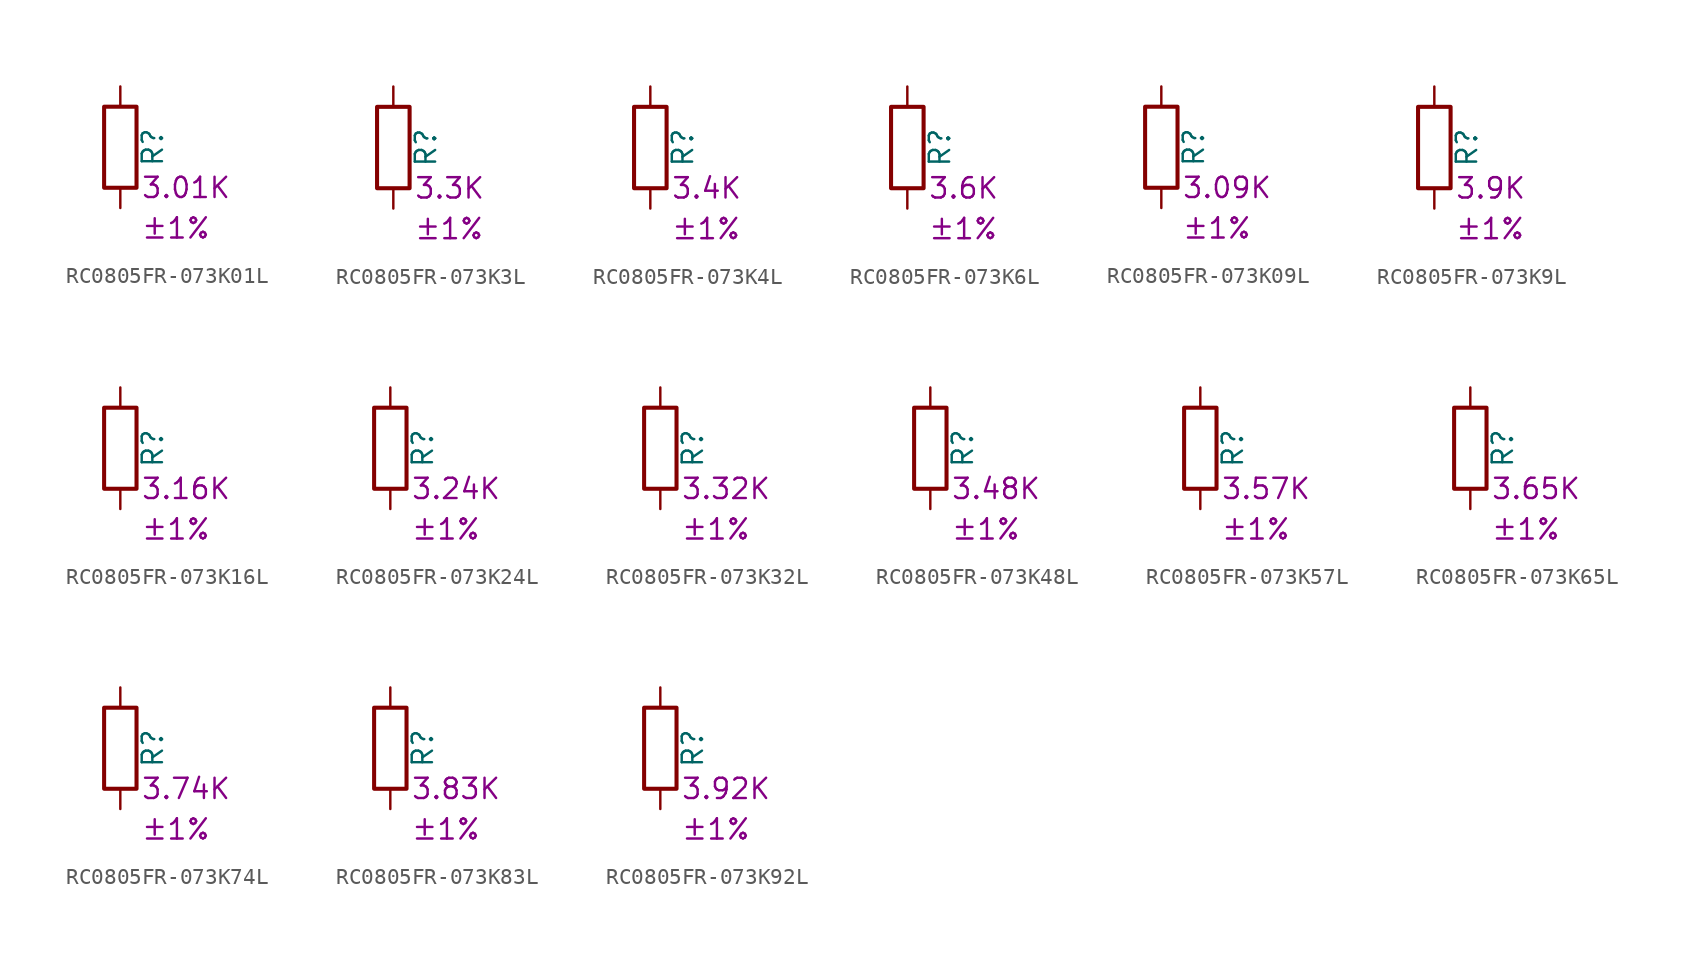
<source format=kicad_sym>
(kicad_symbol_lib
  (version 20220914)
  (generator kicad_symbol_editor)
  (symbol "RC0805FR-073K01L"
    (pin_numbers hide)
    (pin_names
      (offset 0))
    (property "Reference" "R"
      (at 2.032 0 90)
      (effects (font (size 1.27 1.27))))
    (property "Resistance" "3.01K"
      (at 1.27 -2.54 0)
      (effects (font (size 1.27 1.27)) (justify left)))
    (property "Tolerance" "±1%"
      (at 1.27 -5.08 0)
      (effects (font (size 1.27 1.27)) (justify left)))
    (symbol "RC0805FR-073K01L_0_1"
      (rectangle (start -1.016 -2.54) (end 1.016 2.54) (stroke (width 0.254) (type default)) (fill (type none))))
    (symbol "RC0805FR-073K01L_1_1"
      (pin passive line (at 0 3.81 270) (length 1.27) (name "~" (effects (font (size 1.27 1.27)))) (number "1" (effects (font (size 1.27 1.27)))))
      (pin passive line (at 0 -3.81 90) (length 1.27) (name "~" (effects (font (size 1.27 1.27)))) (number "2" (effects (font (size 1.27 1.27)))))))
  (symbol "RC0805FR-073K3L"
    (pin_numbers hide)
    (pin_names
      (offset 0))
    (property "Reference" "R"
      (at 2.032 0 90)
      (effects (font (size 1.27 1.27))))
    (property "Resistance" "3.3K"
      (at 1.27 -2.54 0)
      (effects (font (size 1.27 1.27)) (justify left)))
    (property "Tolerance" "±1%"
      (at 1.27 -5.08 0)
      (effects (font (size 1.27 1.27)) (justify left)))
    (symbol "RC0805FR-073K3L_0_1"
      (rectangle (start -1.016 -2.54) (end 1.016 2.54) (stroke (width 0.254) (type default)) (fill (type none))))
    (symbol "RC0805FR-073K3L_1_1"
      (pin passive line (at 0 3.81 270) (length 1.27) (name "~" (effects (font (size 1.27 1.27)))) (number "1" (effects (font (size 1.27 1.27)))))
      (pin passive line (at 0 -3.81 90) (length 1.27) (name "~" (effects (font (size 1.27 1.27)))) (number "2" (effects (font (size 1.27 1.27)))))))
  (symbol "RC0805FR-073K4L"
    (pin_numbers hide)
    (pin_names
      (offset 0))
    (property "Reference" "R"
      (at 2.032 0 90)
      (effects (font (size 1.27 1.27))))
    (property "Resistance" "3.4K"
      (at 1.27 -2.54 0)
      (effects (font (size 1.27 1.27)) (justify left)))
    (property "Tolerance" "±1%"
      (at 1.27 -5.08 0)
      (effects (font (size 1.27 1.27)) (justify left)))
    (symbol "RC0805FR-073K4L_0_1"
      (rectangle (start -1.016 -2.54) (end 1.016 2.54) (stroke (width 0.254) (type default)) (fill (type none))))
    (symbol "RC0805FR-073K4L_1_1"
      (pin passive line (at 0 3.81 270) (length 1.27) (name "~" (effects (font (size 1.27 1.27)))) (number "1" (effects (font (size 1.27 1.27)))))
      (pin passive line (at 0 -3.81 90) (length 1.27) (name "~" (effects (font (size 1.27 1.27)))) (number "2" (effects (font (size 1.27 1.27)))))))
  (symbol "RC0805FR-073K6L"
    (pin_numbers hide)
    (pin_names
      (offset 0))
    (property "Reference" "R"
      (at 2.032 0 90)
      (effects (font (size 1.27 1.27))))
    (property "Resistance" "3.6K"
      (at 1.27 -2.54 0)
      (effects (font (size 1.27 1.27)) (justify left)))
    (property "Tolerance" "±1%"
      (at 1.27 -5.08 0)
      (effects (font (size 1.27 1.27)) (justify left)))
    (symbol "RC0805FR-073K6L_0_1"
      (rectangle (start -1.016 -2.54) (end 1.016 2.54) (stroke (width 0.254) (type default)) (fill (type none))))
    (symbol "RC0805FR-073K6L_1_1"
      (pin passive line (at 0 3.81 270) (length 1.27) (name "~" (effects (font (size 1.27 1.27)))) (number "1" (effects (font (size 1.27 1.27)))))
      (pin passive line (at 0 -3.81 90) (length 1.27) (name "~" (effects (font (size 1.27 1.27)))) (number "2" (effects (font (size 1.27 1.27)))))))
  (symbol "RC0805FR-073K09L"
    (pin_numbers hide)
    (pin_names
      (offset 0))
    (property "Reference" "R"
      (at 2.032 0 90)
      (effects (font (size 1.27 1.27))))
    (property "Resistance" "3.09K"
      (at 1.27 -2.54 0)
      (effects (font (size 1.27 1.27)) (justify left)))
    (property "Tolerance" "±1%"
      (at 1.27 -5.08 0)
      (effects (font (size 1.27 1.27)) (justify left)))
    (symbol "RC0805FR-073K09L_0_1"
      (rectangle (start -1.016 -2.54) (end 1.016 2.54) (stroke (width 0.254) (type default)) (fill (type none))))
    (symbol "RC0805FR-073K09L_1_1"
      (pin passive line (at 0 3.81 270) (length 1.27) (name "~" (effects (font (size 1.27 1.27)))) (number "1" (effects (font (size 1.27 1.27)))))
      (pin passive line (at 0 -3.81 90) (length 1.27) (name "~" (effects (font (size 1.27 1.27)))) (number "2" (effects (font (size 1.27 1.27)))))))
  (symbol "RC0805FR-073K9L"
    (pin_numbers hide)
    (pin_names
      (offset 0))
    (property "Reference" "R"
      (at 2.032 0 90)
      (effects (font (size 1.27 1.27))))
    (property "Resistance" "3.9K"
      (at 1.27 -2.54 0)
      (effects (font (size 1.27 1.27)) (justify left)))
    (property "Tolerance" "±1%"
      (at 1.27 -5.08 0)
      (effects (font (size 1.27 1.27)) (justify left)))
    (symbol "RC0805FR-073K9L_0_1"
      (rectangle (start -1.016 -2.54) (end 1.016 2.54) (stroke (width 0.254) (type default)) (fill (type none))))
    (symbol "RC0805FR-073K9L_1_1"
      (pin passive line (at 0 3.81 270) (length 1.27) (name "~" (effects (font (size 1.27 1.27)))) (number "1" (effects (font (size 1.27 1.27)))))
      (pin passive line (at 0 -3.81 90) (length 1.27) (name "~" (effects (font (size 1.27 1.27)))) (number "2" (effects (font (size 1.27 1.27)))))))
  (symbol "RC0805FR-073K16L"
    (pin_numbers hide)
    (pin_names
      (offset 0))
    (property "Reference" "R"
      (at 2.032 0 90)
      (effects (font (size 1.27 1.27))))
    (property "Resistance" "3.16K"
      (at 1.27 -2.54 0)
      (effects (font (size 1.27 1.27)) (justify left)))
    (property "Tolerance" "±1%"
      (at 1.27 -5.08 0)
      (effects (font (size 1.27 1.27)) (justify left)))
    (symbol "RC0805FR-073K16L_0_1"
      (rectangle (start -1.016 -2.54) (end 1.016 2.54) (stroke (width 0.254) (type default)) (fill (type none))))
    (symbol "RC0805FR-073K16L_1_1"
      (pin passive line (at 0 3.81 270) (length 1.27) (name "~" (effects (font (size 1.27 1.27)))) (number "1" (effects (font (size 1.27 1.27)))))
      (pin passive line (at 0 -3.81 90) (length 1.27) (name "~" (effects (font (size 1.27 1.27)))) (number "2" (effects (font (size 1.27 1.27)))))))
  (symbol "RC0805FR-073K24L"
    (pin_numbers hide)
    (pin_names
      (offset 0))
    (property "Reference" "R"
      (at 2.032 0 90)
      (effects (font (size 1.27 1.27))))
    (property "Resistance" "3.24K"
      (at 1.27 -2.54 0)
      (effects (font (size 1.27 1.27)) (justify left)))
    (property "Tolerance" "±1%"
      (at 1.27 -5.08 0)
      (effects (font (size 1.27 1.27)) (justify left)))
    (symbol "RC0805FR-073K24L_0_1"
      (rectangle (start -1.016 -2.54) (end 1.016 2.54) (stroke (width 0.254) (type default)) (fill (type none))))
    (symbol "RC0805FR-073K24L_1_1"
      (pin passive line (at 0 3.81 270) (length 1.27) (name "~" (effects (font (size 1.27 1.27)))) (number "1" (effects (font (size 1.27 1.27)))))
      (pin passive line (at 0 -3.81 90) (length 1.27) (name "~" (effects (font (size 1.27 1.27)))) (number "2" (effects (font (size 1.27 1.27)))))))
  (symbol "RC0805FR-073K32L"
    (pin_numbers hide)
    (pin_names
      (offset 0))
    (property "Reference" "R"
      (at 2.032 0 90)
      (effects (font (size 1.27 1.27))))
    (property "Resistance" "3.32K"
      (at 1.27 -2.54 0)
      (effects (font (size 1.27 1.27)) (justify left)))
    (property "Tolerance" "±1%"
      (at 1.27 -5.08 0)
      (effects (font (size 1.27 1.27)) (justify left)))
    (symbol "RC0805FR-073K32L_0_1"
      (rectangle (start -1.016 -2.54) (end 1.016 2.54) (stroke (width 0.254) (type default)) (fill (type none))))
    (symbol "RC0805FR-073K32L_1_1"
      (pin passive line (at 0 3.81 270) (length 1.27) (name "~" (effects (font (size 1.27 1.27)))) (number "1" (effects (font (size 1.27 1.27)))))
      (pin passive line (at 0 -3.81 90) (length 1.27) (name "~" (effects (font (size 1.27 1.27)))) (number "2" (effects (font (size 1.27 1.27)))))))
  (symbol "RC0805FR-073K48L"
    (pin_numbers hide)
    (pin_names
      (offset 0))
    (property "Reference" "R"
      (at 2.032 0 90)
      (effects (font (size 1.27 1.27))))
    (property "Resistance" "3.48K"
      (at 1.27 -2.54 0)
      (effects (font (size 1.27 1.27)) (justify left)))
    (property "Tolerance" "±1%"
      (at 1.27 -5.08 0)
      (effects (font (size 1.27 1.27)) (justify left)))
    (symbol "RC0805FR-073K48L_0_1"
      (rectangle (start -1.016 -2.54) (end 1.016 2.54) (stroke (width 0.254) (type default)) (fill (type none))))
    (symbol "RC0805FR-073K48L_1_1"
      (pin passive line (at 0 3.81 270) (length 1.27) (name "~" (effects (font (size 1.27 1.27)))) (number "1" (effects (font (size 1.27 1.27)))))
      (pin passive line (at 0 -3.81 90) (length 1.27) (name "~" (effects (font (size 1.27 1.27)))) (number "2" (effects (font (size 1.27 1.27)))))))
  (symbol "RC0805FR-073K57L"
    (pin_numbers hide)
    (pin_names
      (offset 0))
    (property "Reference" "R"
      (at 2.032 0 90)
      (effects (font (size 1.27 1.27))))
    (property "Resistance" "3.57K"
      (at 1.27 -2.54 0)
      (effects (font (size 1.27 1.27)) (justify left)))
    (property "Tolerance" "±1%"
      (at 1.27 -5.08 0)
      (effects (font (size 1.27 1.27)) (justify left)))
    (symbol "RC0805FR-073K57L_0_1"
      (rectangle (start -1.016 -2.54) (end 1.016 2.54) (stroke (width 0.254) (type default)) (fill (type none))))
    (symbol "RC0805FR-073K57L_1_1"
      (pin passive line (at 0 3.81 270) (length 1.27) (name "~" (effects (font (size 1.27 1.27)))) (number "1" (effects (font (size 1.27 1.27)))))
      (pin passive line (at 0 -3.81 90) (length 1.27) (name "~" (effects (font (size 1.27 1.27)))) (number "2" (effects (font (size 1.27 1.27)))))))
  (symbol "RC0805FR-073K65L"
    (pin_numbers hide)
    (pin_names
      (offset 0))
    (property "Reference" "R"
      (at 2.032 0 90)
      (effects (font (size 1.27 1.27))))
    (property "Resistance" "3.65K"
      (at 1.27 -2.54 0)
      (effects (font (size 1.27 1.27)) (justify left)))
    (property "Tolerance" "±1%"
      (at 1.27 -5.08 0)
      (effects (font (size 1.27 1.27)) (justify left)))
    (symbol "RC0805FR-073K65L_0_1"
      (rectangle (start -1.016 -2.54) (end 1.016 2.54) (stroke (width 0.254) (type default)) (fill (type none))))
    (symbol "RC0805FR-073K65L_1_1"
      (pin passive line (at 0 3.81 270) (length 1.27) (name "~" (effects (font (size 1.27 1.27)))) (number "1" (effects (font (size 1.27 1.27)))))
      (pin passive line (at 0 -3.81 90) (length 1.27) (name "~" (effects (font (size 1.27 1.27)))) (number "2" (effects (font (size 1.27 1.27)))))))
  (symbol "RC0805FR-073K74L"
    (pin_numbers hide)
    (pin_names
      (offset 0))
    (property "Reference" "R"
      (at 2.032 0 90)
      (effects (font (size 1.27 1.27))))
    (property "Resistance" "3.74K"
      (at 1.27 -2.54 0)
      (effects (font (size 1.27 1.27)) (justify left)))
    (property "Tolerance" "±1%"
      (at 1.27 -5.08 0)
      (effects (font (size 1.27 1.27)) (justify left)))
    (symbol "RC0805FR-073K74L_0_1"
      (rectangle (start -1.016 -2.54) (end 1.016 2.54) (stroke (width 0.254) (type default)) (fill (type none))))
    (symbol "RC0805FR-073K74L_1_1"
      (pin passive line (at 0 3.81 270) (length 1.27) (name "~" (effects (font (size 1.27 1.27)))) (number "1" (effects (font (size 1.27 1.27)))))
      (pin passive line (at 0 -3.81 90) (length 1.27) (name "~" (effects (font (size 1.27 1.27)))) (number "2" (effects (font (size 1.27 1.27)))))))
  (symbol "RC0805FR-073K83L"
    (pin_numbers hide)
    (pin_names
      (offset 0))
    (property "Reference" "R"
      (at 2.032 0 90)
      (effects (font (size 1.27 1.27))))
    (property "Resistance" "3.83K"
      (at 1.27 -2.54 0)
      (effects (font (size 1.27 1.27)) (justify left)))
    (property "Tolerance" "±1%"
      (at 1.27 -5.08 0)
      (effects (font (size 1.27 1.27)) (justify left)))
    (symbol "RC0805FR-073K83L_0_1"
      (rectangle (start -1.016 -2.54) (end 1.016 2.54) (stroke (width 0.254) (type default)) (fill (type none))))
    (symbol "RC0805FR-073K83L_1_1"
      (pin passive line (at 0 3.81 270) (length 1.27) (name "~" (effects (font (size 1.27 1.27)))) (number "1" (effects (font (size 1.27 1.27)))))
      (pin passive line (at 0 -3.81 90) (length 1.27) (name "~" (effects (font (size 1.27 1.27)))) (number "2" (effects (font (size 1.27 1.27)))))))
  (symbol "RC0805FR-073K92L"
    (pin_numbers hide)
    (pin_names
      (offset 0))
    (property "Reference" "R"
      (at 2.032 0 90)
      (effects (font (size 1.27 1.27))))
    (property "Resistance" "3.92K"
      (at 1.27 -2.54 0)
      (effects (font (size 1.27 1.27)) (justify left)))
    (property "Tolerance" "±1%"
      (at 1.27 -5.08 0)
      (effects (font (size 1.27 1.27)) (justify left)))
    (symbol "RC0805FR-073K92L_0_1"
      (rectangle (start -1.016 -2.54) (end 1.016 2.54) (stroke (width 0.254) (type default)) (fill (type none))))
    (symbol "RC0805FR-073K92L_1_1"
      (pin passive line (at 0 3.81 270) (length 1.27) (name "~" (effects (font (size 1.27 1.27)))) (number "1" (effects (font (size 1.27 1.27)))))
      (pin passive line (at 0 -3.81 90) (length 1.27) (name "~" (effects (font (size 1.27 1.27)))) (number "2" (effects (font (size 1.27 1.27))))))))
</source>
